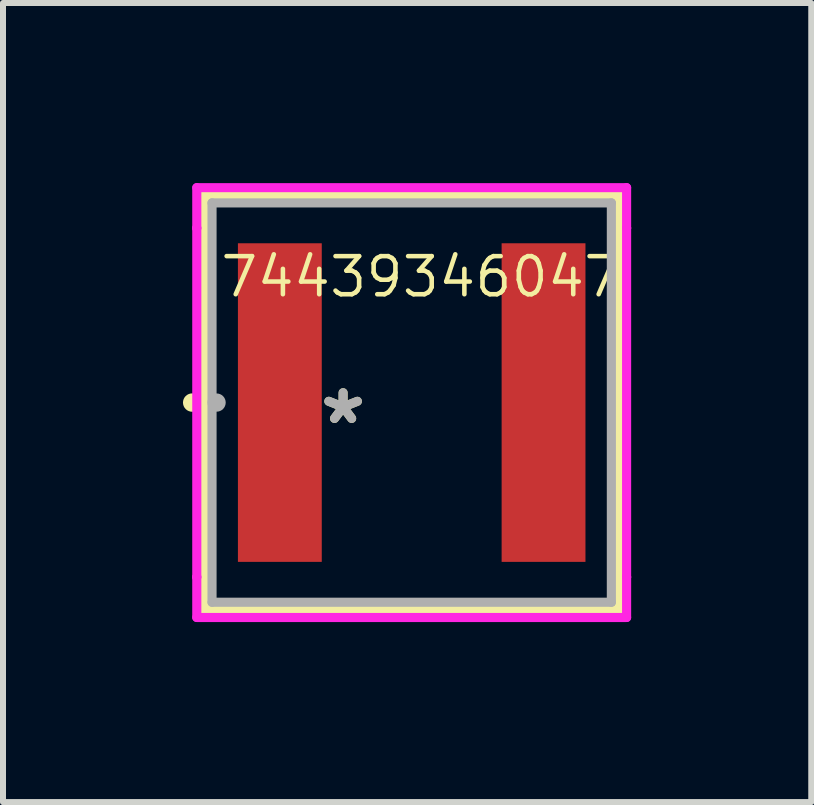
<source format=kicad_pcb>
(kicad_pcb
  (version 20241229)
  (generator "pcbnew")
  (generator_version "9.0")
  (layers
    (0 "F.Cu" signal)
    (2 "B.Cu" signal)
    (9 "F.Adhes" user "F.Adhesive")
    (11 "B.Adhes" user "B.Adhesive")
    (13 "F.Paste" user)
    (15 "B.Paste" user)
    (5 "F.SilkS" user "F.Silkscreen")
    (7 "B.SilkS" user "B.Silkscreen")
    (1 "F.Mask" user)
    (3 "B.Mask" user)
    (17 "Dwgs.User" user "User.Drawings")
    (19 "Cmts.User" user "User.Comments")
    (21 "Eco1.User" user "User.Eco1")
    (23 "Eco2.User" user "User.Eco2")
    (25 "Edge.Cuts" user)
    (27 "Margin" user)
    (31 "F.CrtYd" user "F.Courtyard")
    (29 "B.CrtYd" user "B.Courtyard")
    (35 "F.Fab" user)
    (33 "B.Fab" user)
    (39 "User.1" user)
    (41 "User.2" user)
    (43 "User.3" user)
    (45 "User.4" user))
  (footprint "74439346047"
    (layer "F.Cu")
    (at 3.81 3.658)
    (property "Reference" "74439346047" (at 0.152 -2.095 0) (layer "F.SilkS") (effects (font (size 0.635 0.635) (thickness 0.076))))
    (attr smd)
    (fp_line (start -3.454 -3.454) (end -3.454 3.454) (stroke (width 0.152) (type solid)) (layer "F.SilkS"))
    (fp_line (start -3.454 3.454) (end 3.454 3.454) (stroke (width 0.152) (type solid)) (layer "F.SilkS"))
    (fp_line (start 3.454 -3.454) (end -3.454 -3.454) (stroke (width 0.152) (type solid)) (layer "F.SilkS"))
    (fp_line (start 3.454 3.454) (end 3.454 -3.454) (stroke (width 0.152) (type solid)) (layer "F.SilkS"))
    (fp_circle (center -3.658 0) (end -3.581 0) (stroke (width 0.152) (type solid)) (fill no) (layer "F.SilkS"))
    (fp_line (start -3.581 -3.581) (end 3.581 -3.581) (stroke (width 0.152) (type solid)) (layer "F.CrtYd"))
    (fp_line (start -3.581 -2.908) (end -3.581 -3.581) (stroke (width 0.152) (type solid)) (layer "F.CrtYd"))
    (fp_line (start -3.581 -2.908) (end -3.581 -2.908) (stroke (width 0.152) (type solid)) (layer "F.CrtYd"))
    (fp_line (start -3.581 2.908) (end -3.581 -2.908) (stroke (width 0.152) (type solid)) (layer "F.CrtYd"))
    (fp_line (start -3.581 2.908) (end -3.581 2.908) (stroke (width 0.152) (type solid)) (layer "F.CrtYd"))
    (fp_line (start -3.581 3.581) (end -3.581 2.908) (stroke (width 0.152) (type solid)) (layer "F.CrtYd"))
    (fp_line (start 3.581 -3.581) (end 3.581 -2.908) (stroke (width 0.152) (type solid)) (layer "F.CrtYd"))
    (fp_line (start 3.581 -2.908) (end 3.581 -2.908) (stroke (width 0.152) (type solid)) (layer "F.CrtYd"))
    (fp_line (start 3.581 -2.908) (end 3.581 2.908) (stroke (width 0.152) (type solid)) (layer "F.CrtYd"))
    (fp_line (start 3.581 2.908) (end 3.581 2.908) (stroke (width 0.152) (type solid)) (layer "F.CrtYd"))
    (fp_line (start 3.581 2.908) (end 3.581 3.581) (stroke (width 0.152) (type solid)) (layer "F.CrtYd"))
    (fp_line (start 3.581 3.581) (end -3.581 3.581) (stroke (width 0.152) (type solid)) (layer "F.CrtYd"))
    (fp_line (start -3.327 -3.327) (end -3.327 3.327) (stroke (width 0.152) (type solid)) (layer "F.Fab"))
    (fp_line (start -3.327 3.327) (end 3.327 3.327) (stroke (width 0.152) (type solid)) (layer "F.Fab"))
    (fp_line (start 3.327 -3.327) (end -3.327 -3.327) (stroke (width 0.152) (type solid)) (layer "F.Fab"))
    (fp_line (start 3.327 3.327) (end 3.327 -3.327) (stroke (width 0.152) (type solid)) (layer "F.Fab"))
    (fp_circle (center -3.251 0) (end -3.175 0) (stroke (width 0.152) (type solid)) (fill no) (layer "F.Fab"))
    (fp_text user "*" (at -1.143 0.381 0) (layer "F.SilkS") (effects (font (size 1 1) (thickness 0.15))))
    (fp_text user "*" (at -1.143 0.381 0) (layer "F.Fab") (effects (font (size 1 1) (thickness 0.15))))
    (pad "1" smd rect (at -2.197 0) (size 1.397 5.309) (layers "F.Cu" "F.Mask" "F.Paste"))
    (pad "2" smd rect (at 2.197 0) (size 1.397 5.309) (layers "F.Cu" "F.Mask" "F.Paste")))
  (gr_rect
    (start -3 -3)
    (end 10.468 10.315)
    (stroke (width 0.1) (type default))
    (fill no)
    (layer "Edge.Cuts")))
</source>
